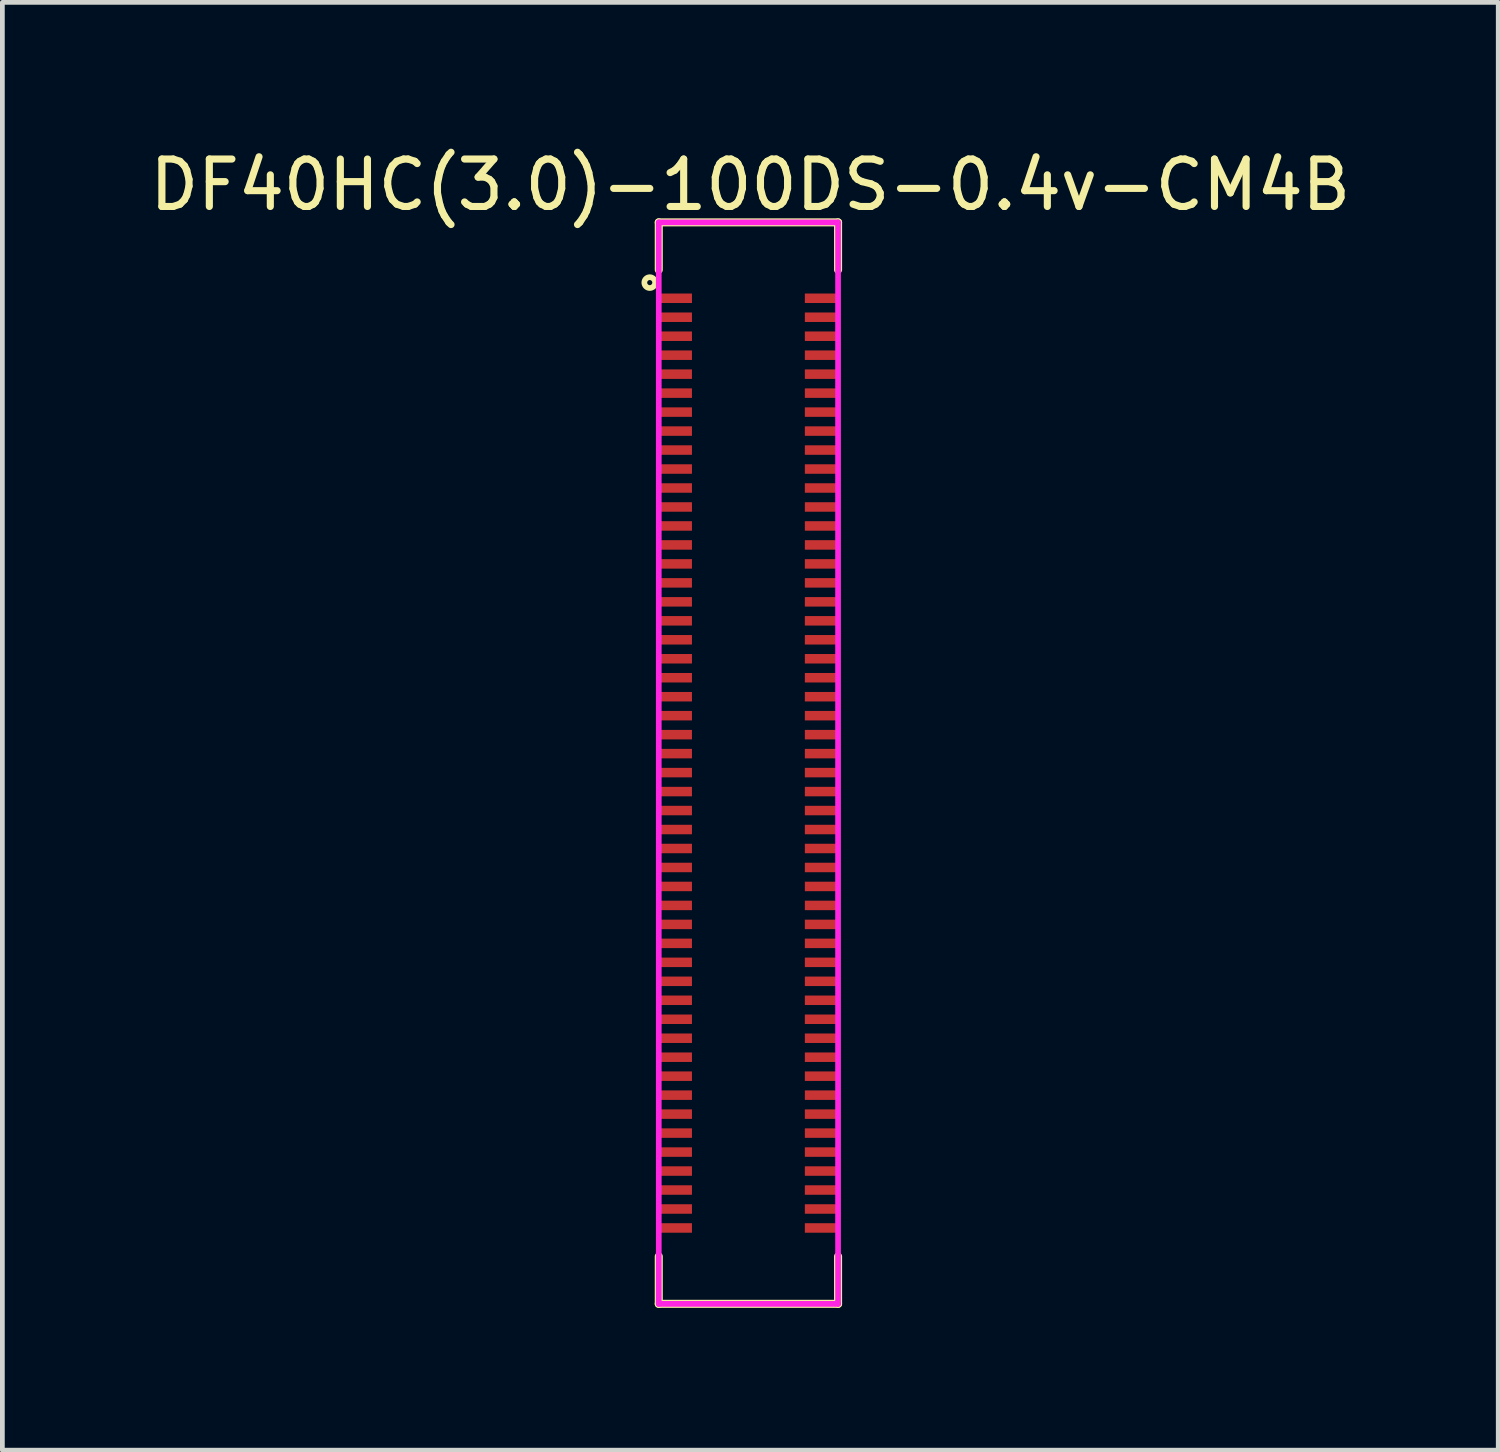
<source format=kicad_pcb>
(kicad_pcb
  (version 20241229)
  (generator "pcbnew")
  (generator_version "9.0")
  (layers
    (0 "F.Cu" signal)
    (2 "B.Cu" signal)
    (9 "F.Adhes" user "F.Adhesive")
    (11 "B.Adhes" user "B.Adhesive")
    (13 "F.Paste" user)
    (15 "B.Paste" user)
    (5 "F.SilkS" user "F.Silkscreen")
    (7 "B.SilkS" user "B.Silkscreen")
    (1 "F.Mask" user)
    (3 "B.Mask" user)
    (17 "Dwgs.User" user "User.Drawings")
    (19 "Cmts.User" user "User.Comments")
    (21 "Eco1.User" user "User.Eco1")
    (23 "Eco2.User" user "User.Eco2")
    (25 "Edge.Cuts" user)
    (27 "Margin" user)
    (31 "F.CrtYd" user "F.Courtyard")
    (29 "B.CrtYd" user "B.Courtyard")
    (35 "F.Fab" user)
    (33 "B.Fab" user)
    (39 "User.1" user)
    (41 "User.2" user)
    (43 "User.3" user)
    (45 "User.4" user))
  (footprint "DF40HC(3.0)-100DS-0.4v-CM4B"
    (layer "F.Cu")
    (at 12.728 13.038)
    (property "Reference" "DF40HC(3.0)-100DS-0.4v-CM4B" (at 0.04 -12.19 0) (layer "F.SilkS") (effects (font (size 1 1) (thickness 0.15))))
    (attr through_hole)
    (fp_line (start -1.89 -11.4) (end -1.89 -10.4) (stroke (width 0.17) (type solid)) (layer "F.SilkS"))
    (fp_line (start -1.89 -11.4) (end 1.89 -11.4) (stroke (width 0.17) (type solid)) (layer "F.SilkS"))
    (fp_line (start -1.89 11.4) (end -1.89 10.4) (stroke (width 0.17) (type solid)) (layer "F.SilkS"))
    (fp_line (start -1.89 11.4) (end 1.89 11.4) (stroke (width 0.17) (type solid)) (layer "F.SilkS"))
    (fp_line (start 1.89 -11.4) (end 1.89 -10.4) (stroke (width 0.17) (type solid)) (layer "F.SilkS"))
    (fp_line (start 1.89 11.4) (end 1.89 10.4) (stroke (width 0.17) (type solid)) (layer "F.SilkS"))
    (fp_circle (center -2.08 -10.13) (end -2.03 -10.11) (stroke (width 0.12) (type solid)) (fill no) (layer "F.SilkS"))
    (fp_line (start -1.89 -11.4) (end 1.89 -11.4) (stroke (width 0.12) (type solid)) (layer "F.CrtYd"))
    (fp_line (start -1.89 11.4) (end -1.89 -11.4) (stroke (width 0.12) (type solid)) (layer "F.CrtYd"))
    (fp_line (start 1.89 -11.4) (end 1.89 11.4) (stroke (width 0.12) (type solid)) (layer "F.CrtYd"))
    (fp_line (start 1.89 11.4) (end -1.89 11.4) (stroke (width 0.12) (type solid)) (layer "F.CrtYd"))
    (pad "101" smd rect (at -1.54 -9.8 270) (size 0.2 0.7) (layers "F.Cu" "F.Mask" "F.Paste"))
    (pad "102" smd rect (at 1.54 -9.8 270) (size 0.2 0.7) (layers "F.Cu" "F.Mask" "F.Paste"))
    (pad "103" smd rect (at -1.54 -9.4 270) (size 0.2 0.7) (layers "F.Cu" "F.Mask" "F.Paste"))
    (pad "104" smd rect (at 1.54 -9.4 270) (size 0.2 0.7) (layers "F.Cu" "F.Mask" "F.Paste"))
    (pad "105" smd rect (at -1.54 -9 270) (size 0.2 0.7) (layers "F.Cu" "F.Mask" "F.Paste"))
    (pad "106" smd rect (at 1.54 -9 270) (size 0.2 0.7) (layers "F.Cu" "F.Mask" "F.Paste"))
    (pad "107" smd rect (at -1.54 -8.6 270) (size 0.2 0.7) (layers "F.Cu" "F.Mask" "F.Paste"))
    (pad "108" smd rect (at 1.54 -8.6 270) (size 0.2 0.7) (layers "F.Cu" "F.Mask" "F.Paste"))
    (pad "109" smd rect (at -1.54 -8.2 270) (size 0.2 0.7) (layers "F.Cu" "F.Mask" "F.Paste"))
    (pad "110" smd rect (at 1.54 -8.2 270) (size 0.2 0.7) (layers "F.Cu" "F.Mask" "F.Paste"))
    (pad "111" smd rect (at -1.54 -7.8 270) (size 0.2 0.7) (layers "F.Cu" "F.Mask" "F.Paste"))
    (pad "112" smd rect (at 1.54 -7.8 270) (size 0.2 0.7) (layers "F.Cu" "F.Mask" "F.Paste"))
    (pad "113" smd rect (at -1.54 -7.4 270) (size 0.2 0.7) (layers "F.Cu" "F.Mask" "F.Paste"))
    (pad "114" smd rect (at 1.54 -7.4 270) (size 0.2 0.7) (layers "F.Cu" "F.Mask" "F.Paste"))
    (pad "115" smd rect (at -1.54 -7 270) (size 0.2 0.7) (layers "F.Cu" "F.Mask" "F.Paste"))
    (pad "116" smd rect (at 1.54 -7 270) (size 0.2 0.7) (layers "F.Cu" "F.Mask" "F.Paste"))
    (pad "117" smd rect (at -1.54 -6.6 270) (size 0.2 0.7) (layers "F.Cu" "F.Mask" "F.Paste"))
    (pad "118" smd rect (at 1.54 -6.6 270) (size 0.2 0.7) (layers "F.Cu" "F.Mask" "F.Paste"))
    (pad "119" smd rect (at -1.54 -6.2 270) (size 0.2 0.7) (layers "F.Cu" "F.Mask" "F.Paste"))
    (pad "120" smd rect (at 1.54 -6.2 270) (size 0.2 0.7) (layers "F.Cu" "F.Mask" "F.Paste"))
    (pad "121" smd rect (at -1.54 -5.8 270) (size 0.2 0.7) (layers "F.Cu" "F.Mask" "F.Paste"))
    (pad "122" smd rect (at 1.54 -5.8 270) (size 0.2 0.7) (layers "F.Cu" "F.Mask" "F.Paste"))
    (pad "123" smd rect (at -1.54 -5.4 270) (size 0.2 0.7) (layers "F.Cu" "F.Mask" "F.Paste"))
    (pad "124" smd rect (at 1.54 -5.4 270) (size 0.2 0.7) (layers "F.Cu" "F.Mask" "F.Paste"))
    (pad "125" smd rect (at -1.54 -5 270) (size 0.2 0.7) (layers "F.Cu" "F.Mask" "F.Paste"))
    (pad "126" smd rect (at 1.54 -5 270) (size 0.2 0.7) (layers "F.Cu" "F.Mask" "F.Paste"))
    (pad "127" smd rect (at -1.54 -4.6 270) (size 0.2 0.7) (layers "F.Cu" "F.Mask" "F.Paste"))
    (pad "128" smd rect (at 1.54 -4.6 270) (size 0.2 0.7) (layers "F.Cu" "F.Mask" "F.Paste"))
    (pad "129" smd rect (at -1.54 -4.2 270) (size 0.2 0.7) (layers "F.Cu" "F.Mask" "F.Paste"))
    (pad "130" smd rect (at 1.54 -4.2 270) (size 0.2 0.7) (layers "F.Cu" "F.Mask" "F.Paste"))
    (pad "131" smd rect (at -1.54 -3.8 270) (size 0.2 0.7) (layers "F.Cu" "F.Mask" "F.Paste"))
    (pad "132" smd rect (at 1.54 -3.8 270) (size 0.2 0.7) (layers "F.Cu" "F.Mask" "F.Paste"))
    (pad "133" smd rect (at -1.54 -3.4 270) (size 0.2 0.7) (layers "F.Cu" "F.Mask" "F.Paste"))
    (pad "134" smd rect (at 1.54 -3.4 270) (size 0.2 0.7) (layers "F.Cu" "F.Mask" "F.Paste"))
    (pad "135" smd rect (at -1.54 -3 270) (size 0.2 0.7) (layers "F.Cu" "F.Mask" "F.Paste"))
    (pad "136" smd rect (at 1.54 -3 270) (size 0.2 0.7) (layers "F.Cu" "F.Mask" "F.Paste"))
    (pad "137" smd rect (at -1.54 -2.6 270) (size 0.2 0.7) (layers "F.Cu" "F.Mask" "F.Paste"))
    (pad "138" smd rect (at 1.54 -2.6 270) (size 0.2 0.7) (layers "F.Cu" "F.Mask" "F.Paste"))
    (pad "139" smd rect (at -1.54 -2.2 270) (size 0.2 0.7) (layers "F.Cu" "F.Mask" "F.Paste"))
    (pad "140" smd rect (at 1.54 -2.2 270) (size 0.2 0.7) (layers "F.Cu" "F.Mask" "F.Paste"))
    (pad "141" smd rect (at -1.54 -1.8 270) (size 0.2 0.7) (layers "F.Cu" "F.Mask" "F.Paste"))
    (pad "142" smd rect (at 1.54 -1.8 270) (size 0.2 0.7) (layers "F.Cu" "F.Mask" "F.Paste"))
    (pad "143" smd rect (at -1.54 -1.4 270) (size 0.2 0.7) (layers "F.Cu" "F.Mask" "F.Paste"))
    (pad "144" smd rect (at 1.54 -1.4 270) (size 0.2 0.7) (layers "F.Cu" "F.Mask" "F.Paste"))
    (pad "145" smd rect (at -1.54 -1 270) (size 0.2 0.7) (layers "F.Cu" "F.Mask" "F.Paste"))
    (pad "146" smd rect (at 1.54 -1 270) (size 0.2 0.7) (layers "F.Cu" "F.Mask" "F.Paste"))
    (pad "147" smd rect (at -1.54 -0.6 270) (size 0.2 0.7) (layers "F.Cu" "F.Mask" "F.Paste"))
    (pad "148" smd rect (at 1.54 -0.6 270) (size 0.2 0.7) (layers "F.Cu" "F.Mask" "F.Paste"))
    (pad "149" smd rect (at -1.54 -0.2 270) (size 0.2 0.7) (layers "F.Cu" "F.Mask" "F.Paste"))
    (pad "150" smd rect (at 1.54 -0.2 270) (size 0.2 0.7) (layers "F.Cu" "F.Mask" "F.Paste"))
    (pad "151" smd rect (at -1.54 0.2 270) (size 0.2 0.7) (layers "F.Cu" "F.Mask" "F.Paste"))
    (pad "152" smd rect (at 1.54 0.2 270) (size 0.2 0.7) (layers "F.Cu" "F.Mask" "F.Paste"))
    (pad "153" smd rect (at -1.54 0.6 270) (size 0.2 0.7) (layers "F.Cu" "F.Mask" "F.Paste"))
    (pad "154" smd rect (at 1.54 0.6 270) (size 0.2 0.7) (layers "F.Cu" "F.Mask" "F.Paste"))
    (pad "155" smd rect (at -1.54 1 270) (size 0.2 0.7) (layers "F.Cu" "F.Mask" "F.Paste"))
    (pad "156" smd rect (at 1.54 1 270) (size 0.2 0.7) (layers "F.Cu" "F.Mask" "F.Paste"))
    (pad "157" smd rect (at -1.54 1.4 270) (size 0.2 0.7) (layers "F.Cu" "F.Mask" "F.Paste"))
    (pad "158" smd rect (at 1.54 1.4 270) (size 0.2 0.7) (layers "F.Cu" "F.Mask" "F.Paste"))
    (pad "159" smd rect (at -1.54 1.8 270) (size 0.2 0.7) (layers "F.Cu" "F.Mask" "F.Paste"))
    (pad "160" smd rect (at 1.54 1.8 270) (size 0.2 0.7) (layers "F.Cu" "F.Mask" "F.Paste"))
    (pad "161" smd rect (at -1.54 2.2 270) (size 0.2 0.7) (layers "F.Cu" "F.Mask" "F.Paste"))
    (pad "162" smd rect (at 1.54 2.2 270) (size 0.2 0.7) (layers "F.Cu" "F.Mask" "F.Paste"))
    (pad "163" smd rect (at -1.54 2.6 270) (size 0.2 0.7) (layers "F.Cu" "F.Mask" "F.Paste"))
    (pad "164" smd rect (at 1.54 2.6 270) (size 0.2 0.7) (layers "F.Cu" "F.Mask" "F.Paste"))
    (pad "165" smd rect (at -1.54 3 270) (size 0.2 0.7) (layers "F.Cu" "F.Mask" "F.Paste"))
    (pad "166" smd rect (at 1.54 3 270) (size 0.2 0.7) (layers "F.Cu" "F.Mask" "F.Paste"))
    (pad "167" smd rect (at -1.54 3.4 270) (size 0.2 0.7) (layers "F.Cu" "F.Mask" "F.Paste"))
    (pad "168" smd rect (at 1.54 3.4 270) (size 0.2 0.7) (layers "F.Cu" "F.Mask" "F.Paste"))
    (pad "169" smd rect (at -1.54 3.8 270) (size 0.2 0.7) (layers "F.Cu" "F.Mask" "F.Paste"))
    (pad "170" smd rect (at 1.54 3.8 270) (size 0.2 0.7) (layers "F.Cu" "F.Mask" "F.Paste"))
    (pad "171" smd rect (at -1.54 4.2 270) (size 0.2 0.7) (layers "F.Cu" "F.Mask" "F.Paste"))
    (pad "172" smd rect (at 1.54 4.2 270) (size 0.2 0.7) (layers "F.Cu" "F.Mask" "F.Paste"))
    (pad "173" smd rect (at -1.54 4.6 270) (size 0.2 0.7) (layers "F.Cu" "F.Mask" "F.Paste"))
    (pad "174" smd rect (at 1.54 4.6 270) (size 0.2 0.7) (layers "F.Cu" "F.Mask" "F.Paste"))
    (pad "175" smd rect (at -1.54 5 270) (size 0.2 0.7) (layers "F.Cu" "F.Mask" "F.Paste"))
    (pad "176" smd rect (at 1.54 5 270) (size 0.2 0.7) (layers "F.Cu" "F.Mask" "F.Paste"))
    (pad "177" smd rect (at -1.54 5.4 270) (size 0.2 0.7) (layers "F.Cu" "F.Mask" "F.Paste"))
    (pad "178" smd rect (at 1.54 5.4 270) (size 0.2 0.7) (layers "F.Cu" "F.Mask" "F.Paste"))
    (pad "179" smd rect (at -1.54 5.8 270) (size 0.2 0.7) (layers "F.Cu" "F.Mask" "F.Paste"))
    (pad "180" smd rect (at 1.54 5.8 270) (size 0.2 0.7) (layers "F.Cu" "F.Mask" "F.Paste"))
    (pad "181" smd rect (at -1.54 6.2 270) (size 0.2 0.7) (layers "F.Cu" "F.Mask" "F.Paste"))
    (pad "182" smd rect (at 1.54 6.2 270) (size 0.2 0.7) (layers "F.Cu" "F.Mask" "F.Paste"))
    (pad "183" smd rect (at -1.54 6.6 270) (size 0.2 0.7) (layers "F.Cu" "F.Mask" "F.Paste"))
    (pad "184" smd rect (at 1.54 6.6 270) (size 0.2 0.7) (layers "F.Cu" "F.Mask" "F.Paste"))
    (pad "185" smd rect (at -1.54 7 270) (size 0.2 0.7) (layers "F.Cu" "F.Mask" "F.Paste"))
    (pad "186" smd rect (at 1.54 7 270) (size 0.2 0.7) (layers "F.Cu" "F.Mask" "F.Paste"))
    (pad "187" smd rect (at -1.54 7.4 270) (size 0.2 0.7) (layers "F.Cu" "F.Mask" "F.Paste"))
    (pad "188" smd rect (at 1.54 7.4 270) (size 0.2 0.7) (layers "F.Cu" "F.Mask" "F.Paste"))
    (pad "189" smd rect (at -1.54 7.8 270) (size 0.2 0.7) (layers "F.Cu" "F.Mask" "F.Paste"))
    (pad "190" smd rect (at 1.54 7.8 270) (size 0.2 0.7) (layers "F.Cu" "F.Mask" "F.Paste"))
    (pad "191" smd rect (at -1.54 8.2 270) (size 0.2 0.7) (layers "F.Cu" "F.Mask" "F.Paste"))
    (pad "192" smd rect (at 1.54 8.2 270) (size 0.2 0.7) (layers "F.Cu" "F.Mask" "F.Paste"))
    (pad "193" smd rect (at -1.54 8.6 270) (size 0.2 0.7) (layers "F.Cu" "F.Mask" "F.Paste"))
    (pad "194" smd rect (at 1.54 8.6 270) (size 0.2 0.7) (layers "F.Cu" "F.Mask" "F.Paste"))
    (pad "195" smd rect (at -1.54 9 270) (size 0.2 0.7) (layers "F.Cu" "F.Mask" "F.Paste"))
    (pad "196" smd rect (at 1.54 9 270) (size 0.2 0.7) (layers "F.Cu" "F.Mask" "F.Paste"))
    (pad "197" smd rect (at -1.54 9.4 270) (size 0.2 0.7) (layers "F.Cu" "F.Mask" "F.Paste"))
    (pad "198" smd rect (at 1.54 9.4 270) (size 0.2 0.7) (layers "F.Cu" "F.Mask" "F.Paste"))
    (pad "199" smd rect (at -1.54 9.8 270) (size 0.2 0.7) (layers "F.Cu" "F.Mask" "F.Paste"))
    (pad "200" smd rect (at 1.54 9.8 270) (size 0.2 0.7) (layers "F.Cu" "F.Mask" "F.Paste")))
  (gr_rect
    (start -3 -3)
    (end 28.536 27.523)
    (stroke (width 0.1) (type default))
    (fill no)
    (layer "Edge.Cuts")))
</source>
